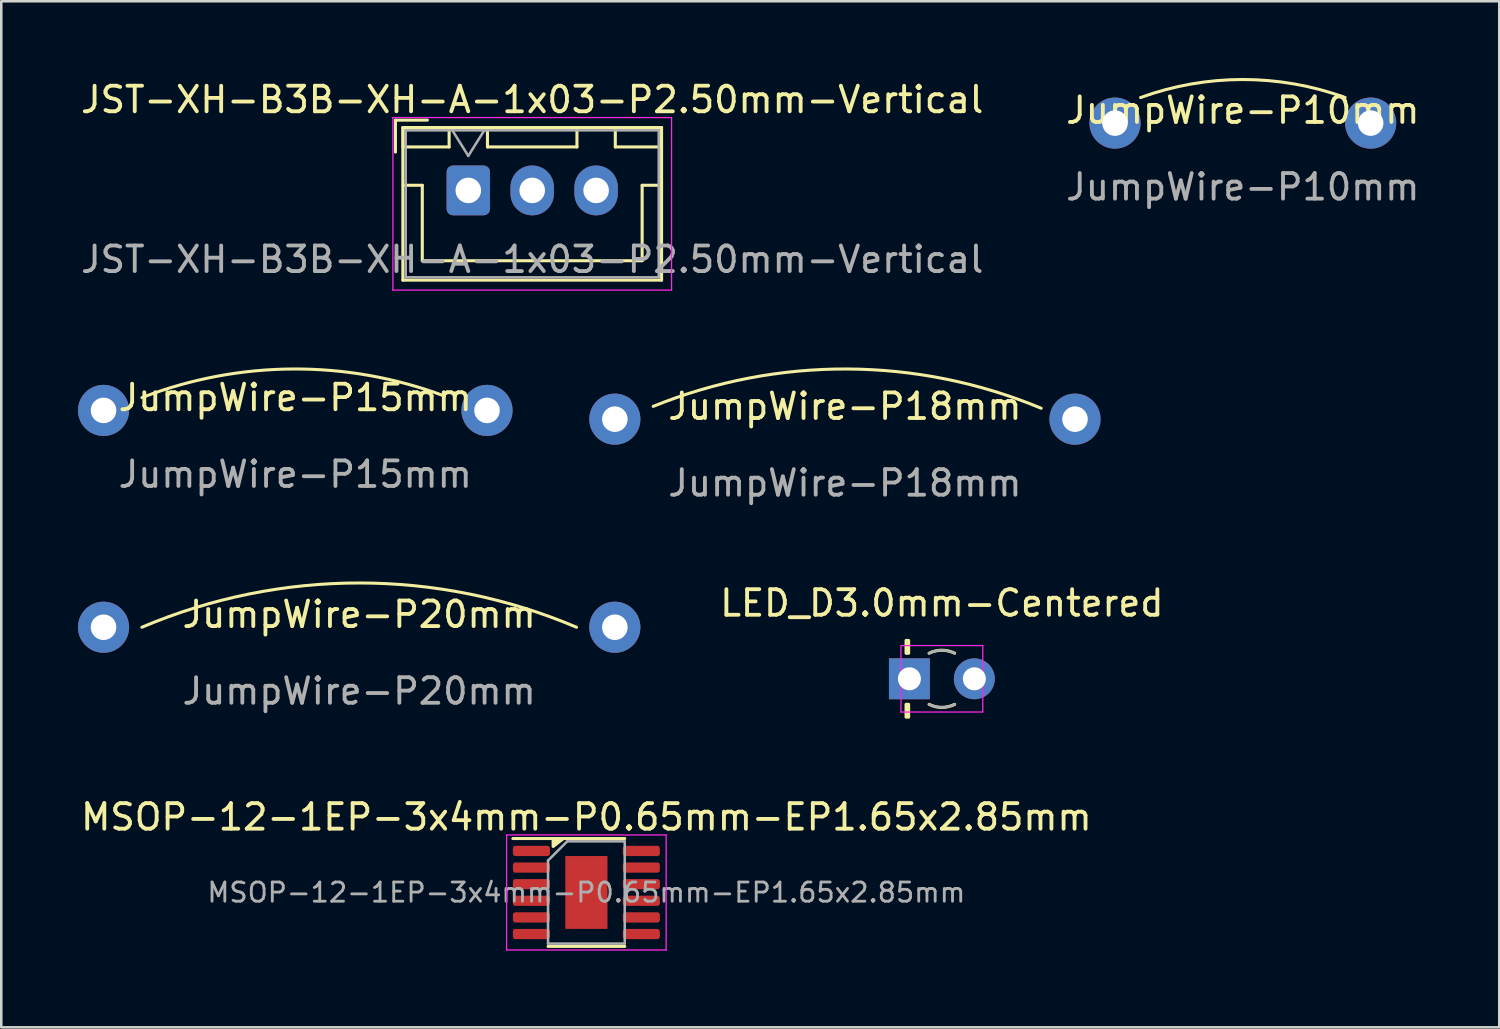
<source format=kicad_pcb>
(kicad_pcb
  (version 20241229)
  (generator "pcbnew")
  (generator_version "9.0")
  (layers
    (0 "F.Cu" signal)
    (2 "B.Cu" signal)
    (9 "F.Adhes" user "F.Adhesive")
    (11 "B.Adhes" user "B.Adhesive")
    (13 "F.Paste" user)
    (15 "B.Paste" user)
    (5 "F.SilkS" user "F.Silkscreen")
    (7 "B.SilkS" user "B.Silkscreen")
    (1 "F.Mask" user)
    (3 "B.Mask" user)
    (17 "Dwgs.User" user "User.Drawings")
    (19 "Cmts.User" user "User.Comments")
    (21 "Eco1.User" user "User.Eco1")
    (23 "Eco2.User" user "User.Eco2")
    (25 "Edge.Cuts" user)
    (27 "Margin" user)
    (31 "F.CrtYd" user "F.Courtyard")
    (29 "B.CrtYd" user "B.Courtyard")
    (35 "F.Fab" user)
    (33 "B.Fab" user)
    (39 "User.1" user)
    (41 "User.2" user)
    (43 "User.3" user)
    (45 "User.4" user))
  (footprint "JumpWire-P15mm"
    (layer "F.Cu")
    (at 8.5 13.004)
    (property "Reference" "JumpWire-P15mm" (at 0 -0.5 0) (unlocked yes) (layer "F.SilkS") (effects (font (size 1 1) (thickness 0.15))))
    (attr through_hole)
    (fp_arc (start -6 -0.5) (mid -0.087782 -1.620538) (end 5.835942 -0.562512) (stroke (width 0.12) (type solid)) (layer "F.SilkS"))
    (fp_text user "${REFERENCE}" (at 0 2.5 0) (unlocked yes) (layer "F.Fab") (effects (font (size 1 1) (thickness 0.15))))
    (pad "1" thru_hole circle (at -7.5 0) (size 2 2) (drill 1) (layers "*.Cu" "*.Mask"))
    (pad "2" thru_hole circle (at 7.5 0) (size 2 2) (drill 1) (layers "*.Cu" "*.Mask")))
  (footprint "JumpWire-P10mm"
    (layer "F.Cu")
    (at 45.565 1.765)
    (property "Reference" "JumpWire-P10mm" (at 0 -0.5 0) (unlocked yes) (layer "F.SilkS") (effects (font (size 1 1) (thickness 0.15))))
    (attr through_hole)
    (fp_arc (start -4 -0.999999) (mid 0 -1.704699) (end 4 -0.999999) (stroke (width 0.12) (type solid)) (layer "F.SilkS"))
    (fp_text user "${REFERENCE}" (at 0 2.5 0) (unlocked yes) (layer "F.Fab") (effects (font (size 1 1) (thickness 0.15))))
    (pad "1" thru_hole circle (at -5 0) (size 2 2) (drill 1) (layers "*.Cu" "*.Mask"))
    (pad "2" thru_hole circle (at 5 0) (size 2 2) (drill 1) (layers "*.Cu" "*.Mask")))
  (footprint "LED_D3.0mm-Centered"
    (layer "F.Cu")
    (at 33.792 23.502)
    (property "Reference" "LED_D3.0mm-Centered" (at 0 -2.96 0) (layer "F.SilkS") (effects (font (size 1 1) (thickness 0.15))))
    (attr through_hole)
    (fp_rect (start -1.4 -1.5) (end -1.3 -1) (stroke (width 0.12) (type solid)) (fill no) (layer "F.SilkS"))
    (fp_rect (start -1.4 1) (end -1.3 1.5) (stroke (width 0.12) (type solid)) (fill no) (layer "F.SilkS"))
    (fp_arc (start -0.5 -0.999999) (mid 0 -1.118033) (end 0.5 -0.999999) (stroke (width 0.12) (type solid)) (layer "F.SilkS"))
    (fp_arc (start 0.5 0.999999) (mid 0 1.118033) (end -0.5 0.999999) (stroke (width 0.12) (type solid)) (layer "F.SilkS"))
    (fp_line (start -1.6 -1.3) (end -1.6 1.3) (stroke (width 0.05) (type solid)) (layer "F.CrtYd"))
    (fp_line (start -1.6 1.3) (end 1.6 1.3) (stroke (width 0.05) (type solid)) (layer "F.CrtYd"))
    (fp_line (start 1.6 -1.3) (end -1.6 -1.3) (stroke (width 0.05) (type solid)) (layer "F.CrtYd"))
    (fp_line (start 1.6 1.3) (end 1.6 -1.3) (stroke (width 0.05) (type solid)) (layer "F.CrtYd"))
    (fp_arc (start -0.5 -0.999999) (mid 0 -1.118033) (end 0.5 -0.999999) (stroke (width 0.1) (type solid)) (layer "F.Fab"))
    (fp_arc (start 0.5 0.999999) (mid 0 1.118033) (end -0.5 0.999999) (stroke (width 0.1) (type solid)) (layer "F.Fab"))
    (pad "1" thru_hole rect (at -1.27 0) (size 1.6 1.6) (drill 0.9) (layers "*.Cu" "*.Mask"))
    (pad "2" thru_hole circle (at 1.27 0) (size 1.6 1.6) (drill 0.9) (layers "*.Cu" "*.Mask")))
  (footprint "JumpWire-P20mm"
    (layer "F.Cu")
    (at 11 21.485)
    (property "Reference" "JumpWire-P20mm" (at 0 -0.5 0) (unlocked yes) (layer "F.SilkS") (effects (font (size 1 1) (thickness 0.15))))
    (attr through_hole)
    (fp_arc (start -8.5 0.000001) (mid 0 -1.731313) (end 8.5 0.000001) (stroke (width 0.12) (type solid)) (layer "F.SilkS"))
    (fp_text user "${REFERENCE}" (at 0 2.5 0) (unlocked yes) (layer "F.Fab") (effects (font (size 1 1) (thickness 0.15))))
    (pad "1" thru_hole circle (at -10 0) (size 2 2) (drill 1) (layers "*.Cu" "*.Mask"))
    (pad "2" thru_hole circle (at 10 0) (size 2 2) (drill 1) (layers "*.Cu" "*.Mask")))
  (footprint "MSOP-12-1EP-3x4mm-P0.65mm-EP1.65x2.85mm"
    (layer "F.Cu")
    (at 19.887 31.86)
    (property "Reference" "MSOP-12-1EP-3x4mm-P0.65mm-EP1.65x2.85mm" (at 0 -2.95 0) (layer "F.SilkS") (effects (font (size 1 1) (thickness 0.15))))
    (attr smd)
    (fp_line (start 0 -2.11) (end -2.875 -2.11) (stroke (width 0.12) (type solid)) (layer "F.SilkS"))
    (fp_line (start 0 -2.11) (end 1.5 -2.11) (stroke (width 0.12) (type solid)) (layer "F.SilkS"))
    (fp_line (start 0 2.11) (end -1.5 2.11) (stroke (width 0.12) (type solid)) (layer "F.SilkS"))
    (fp_line (start 0 2.11) (end 1.5 2.11) (stroke (width 0.12) (type solid)) (layer "F.SilkS"))
    (fp_poly (pts (xy -1.3 -1.8) (xy -1.3 -2.11) (xy -0.9 -2.11)) (stroke (width 0.12) (type solid)) (fill yes) (layer "F.SilkS"))
    (fp_line (start -3.12 -2.25) (end -3.12 2.25) (stroke (width 0.05) (type solid)) (layer "F.CrtYd"))
    (fp_line (start -3.12 2.25) (end 3.12 2.25) (stroke (width 0.05) (type solid)) (layer "F.CrtYd"))
    (fp_line (start 3.12 -2.25) (end -3.12 -2.25) (stroke (width 0.05) (type solid)) (layer "F.CrtYd"))
    (fp_line (start 3.12 2.25) (end 3.12 -2.25) (stroke (width 0.05) (type solid)) (layer "F.CrtYd"))
    (fp_line (start -1.5 -1.25) (end -0.75 -2) (stroke (width 0.1) (type solid)) (layer "F.Fab"))
    (fp_line (start -1.5 2) (end -1.5 -1.25) (stroke (width 0.1) (type solid)) (layer "F.Fab"))
    (fp_line (start -0.75 -2) (end 1.5 -2) (stroke (width 0.1) (type solid)) (layer "F.Fab"))
    (fp_line (start 1.5 -2) (end 1.5 2) (stroke (width 0.1) (type solid)) (layer "F.Fab"))
    (fp_line (start 1.5 2) (end -1.5 2) (stroke (width 0.1) (type solid)) (layer "F.Fab"))
    (fp_text user "${REFERENCE}" (at 0 0 0) (layer "F.Fab") (effects (font (size 0.75 0.75) (thickness 0.11))))
    (pad "" smd roundrect (at -0.41 -0.71) (size 0.67 1.15) (layers "F.Paste") (roundrect_rratio 0.25))
    (pad "" smd roundrect (at -0.41 0.71) (size 0.67 1.15) (layers "F.Paste") (roundrect_rratio 0.25))
    (pad "" smd roundrect (at 0.41 -0.71) (size 0.67 1.15) (layers "F.Paste") (roundrect_rratio 0.25))
    (pad "" smd roundrect (at 0.41 0.71) (size 0.67 1.15) (layers "F.Paste") (roundrect_rratio 0.25))
    (pad "1" smd roundrect (at -2.15 -1.625) (size 1.45 0.4) (layers "F.Cu" "F.Mask" "F.Paste") (roundrect_rratio 0.25))
    (pad "2" smd roundrect (at -2.15 -0.975) (size 1.45 0.4) (layers "F.Cu" "F.Mask" "F.Paste") (roundrect_rratio 0.25))
    (pad "3" smd roundrect (at -2.15 -0.325) (size 1.45 0.4) (layers "F.Cu" "F.Mask" "F.Paste") (roundrect_rratio 0.25))
    (pad "4" smd roundrect (at -2.15 0.325) (size 1.45 0.4) (layers "F.Cu" "F.Mask" "F.Paste") (roundrect_rratio 0.25))
    (pad "5" smd roundrect (at -2.15 0.975) (size 1.45 0.4) (layers "F.Cu" "F.Mask" "F.Paste") (roundrect_rratio 0.25))
    (pad "6" smd roundrect (at -2.15 1.625) (size 1.45 0.4) (layers "F.Cu" "F.Mask" "F.Paste") (roundrect_rratio 0.25))
    (pad "7" smd roundrect (at 2.15 1.625) (size 1.45 0.4) (layers "F.Cu" "F.Mask" "F.Paste") (roundrect_rratio 0.25))
    (pad "8" smd roundrect (at 2.15 0.975) (size 1.45 0.4) (layers "F.Cu" "F.Mask" "F.Paste") (roundrect_rratio 0.25))
    (pad "9" smd roundrect (at 2.15 0.325) (size 1.45 0.4) (layers "F.Cu" "F.Mask" "F.Paste") (roundrect_rratio 0.25))
    (pad "10" smd roundrect (at 2.15 -0.325) (size 1.45 0.4) (layers "F.Cu" "F.Mask" "F.Paste") (roundrect_rratio 0.25))
    (pad "11" smd roundrect (at 2.15 -0.975) (size 1.45 0.4) (layers "F.Cu" "F.Mask" "F.Paste") (roundrect_rratio 0.25))
    (pad "12" smd roundrect (at 2.15 -1.625) (size 1.45 0.4) (layers "F.Cu" "F.Mask" "F.Paste") (roundrect_rratio 0.25))
    (pad "13" smd rect (at 0 0) (size 1.65 2.85) (layers "F.Cu" "F.Mask" "F.Paste")))
  (footprint "JST-XH-B3B-XH-A-1x03-P2.50mm-Vertical"
    (layer "F.Cu")
    (at 15.268 4.398)
    (property "Reference" "JST-XH-B3B-XH-A-1x03-P2.50mm-Vertical" (at 2.5 -3.55 0) (unlocked yes) (layer "F.SilkS") (effects (font (size 1 1) (thickness 0.15))))
    (attr through_hole)
    (fp_line (start -2.85 -2.75) (end -2.85 -1.5) (stroke (width 0.12) (type solid)) (layer "F.SilkS"))
    (fp_line (start -2.56 -2.46) (end -2.56 3.51) (stroke (width 0.12) (type solid)) (layer "F.SilkS"))
    (fp_line (start -2.56 3.51) (end 7.56 3.51) (stroke (width 0.12) (type solid)) (layer "F.SilkS"))
    (fp_line (start -2.55 -2.45) (end -2.55 -1.7) (stroke (width 0.12) (type solid)) (layer "F.SilkS"))
    (fp_line (start -2.55 -1.7) (end -0.75 -1.7) (stroke (width 0.12) (type solid)) (layer "F.SilkS"))
    (fp_line (start -2.55 -0.2) (end -1.8 -0.2) (stroke (width 0.12) (type solid)) (layer "F.SilkS"))
    (fp_line (start -1.8 -0.2) (end -1.8 2.75) (stroke (width 0.12) (type solid)) (layer "F.SilkS"))
    (fp_line (start -1.8 2.75) (end 2.5 2.75) (stroke (width 0.12) (type solid)) (layer "F.SilkS"))
    (fp_line (start -1.6 -2.75) (end -2.85 -2.75) (stroke (width 0.12) (type solid)) (layer "F.SilkS"))
    (fp_line (start -0.75 -2.45) (end -2.55 -2.45) (stroke (width 0.12) (type solid)) (layer "F.SilkS"))
    (fp_line (start -0.75 -1.7) (end -0.75 -2.45) (stroke (width 0.12) (type solid)) (layer "F.SilkS"))
    (fp_line (start 0.75 -2.45) (end 0.75 -1.7) (stroke (width 0.12) (type solid)) (layer "F.SilkS"))
    (fp_line (start 0.75 -1.7) (end 4.25 -1.7) (stroke (width 0.12) (type solid)) (layer "F.SilkS"))
    (fp_line (start 4.25 -2.45) (end 0.75 -2.45) (stroke (width 0.12) (type solid)) (layer "F.SilkS"))
    (fp_line (start 4.25 -1.7) (end 4.25 -2.45) (stroke (width 0.12) (type solid)) (layer "F.SilkS"))
    (fp_line (start 5.75 -2.45) (end 5.75 -1.7) (stroke (width 0.12) (type solid)) (layer "F.SilkS"))
    (fp_line (start 5.75 -1.7) (end 7.55 -1.7) (stroke (width 0.12) (type solid)) (layer "F.SilkS"))
    (fp_line (start 6.8 -0.2) (end 6.8 2.75) (stroke (width 0.12) (type solid)) (layer "F.SilkS"))
    (fp_line (start 6.8 2.75) (end 2.5 2.75) (stroke (width 0.12) (type solid)) (layer "F.SilkS"))
    (fp_line (start 7.55 -2.45) (end 5.75 -2.45) (stroke (width 0.12) (type solid)) (layer "F.SilkS"))
    (fp_line (start 7.55 -1.7) (end 7.55 -2.45) (stroke (width 0.12) (type solid)) (layer "F.SilkS"))
    (fp_line (start 7.55 -0.2) (end 6.8 -0.2) (stroke (width 0.12) (type solid)) (layer "F.SilkS"))
    (fp_line (start 7.56 -2.46) (end -2.56 -2.46) (stroke (width 0.12) (type solid)) (layer "F.SilkS"))
    (fp_line (start 7.56 3.51) (end 7.56 -2.46) (stroke (width 0.12) (type solid)) (layer "F.SilkS"))
    (fp_line (start -2.95 -2.85) (end -2.95 3.9) (stroke (width 0.05) (type solid)) (layer "F.CrtYd"))
    (fp_line (start -2.95 3.9) (end 7.95 3.9) (stroke (width 0.05) (type solid)) (layer "F.CrtYd"))
    (fp_line (start 7.95 -2.85) (end -2.95 -2.85) (stroke (width 0.05) (type solid)) (layer "F.CrtYd"))
    (fp_line (start 7.95 3.9) (end 7.95 -2.85) (stroke (width 0.05) (type solid)) (layer "F.CrtYd"))
    (fp_line (start -2.45 -2.35) (end -2.45 3.4) (stroke (width 0.1) (type solid)) (layer "F.Fab"))
    (fp_line (start -2.45 3.4) (end 7.45 3.4) (stroke (width 0.1) (type solid)) (layer "F.Fab"))
    (fp_line (start -0.625 -2.35) (end 0 -1.35) (stroke (width 0.1) (type solid)) (layer "F.Fab"))
    (fp_line (start 0 -1.35) (end 0.625 -2.35) (stroke (width 0.1) (type solid)) (layer "F.Fab"))
    (fp_line (start 7.45 -2.35) (end -2.45 -2.35) (stroke (width 0.1) (type solid)) (layer "F.Fab"))
    (fp_line (start 7.45 3.4) (end 7.45 -2.35) (stroke (width 0.1) (type solid)) (layer "F.Fab"))
    (fp_text user "${REFERENCE}" (at 2.5 2.7 0) (unlocked yes) (layer "F.Fab") (effects (font (size 1 1) (thickness 0.15))))
    (pad "1" thru_hole roundrect (at 0 0) (size 1.7 1.95) (drill 1) (layers "*.Cu" "*.Mask") (roundrect_rratio 0.147))
    (pad "2" thru_hole oval (at 2.5 0) (size 1.7 1.95) (drill 1) (layers "*.Cu" "*.Mask"))
    (pad "3" thru_hole oval (at 5 0) (size 1.7 1.95) (drill 1) (layers "*.Cu" "*.Mask")))
  (footprint "JumpWire-P18mm"
    (layer "F.Cu")
    (at 30 13.346)
    (property "Reference" "JumpWire-P18mm" (at 0 -0.5 0) (unlocked yes) (layer "F.SilkS") (effects (font (size 1 1) (thickness 0.15))))
    (attr through_hole)
    (fp_arc (start -7.5 -0.499999) (mid 0.096155 -1.962232) (end 7.677871 -0.42689) (stroke (width 0.12) (type solid)) (layer "F.SilkS"))
    (fp_text user "${REFERENCE}" (at 0 2.5 0) (unlocked yes) (layer "F.Fab") (effects (font (size 1 1) (thickness 0.15))))
    (pad "1" thru_hole circle (at -9 0) (size 2 2) (drill 1) (layers "*.Cu" "*.Mask"))
    (pad "2" thru_hole circle (at 9 0) (size 2 2) (drill 1) (layers "*.Cu" "*.Mask")))
  (gr_rect
    (start -3 -3)
    (end 55.595 37.135)
    (stroke (width 0.1) (type default))
    (fill no)
    (layer "Edge.Cuts")))
</source>
